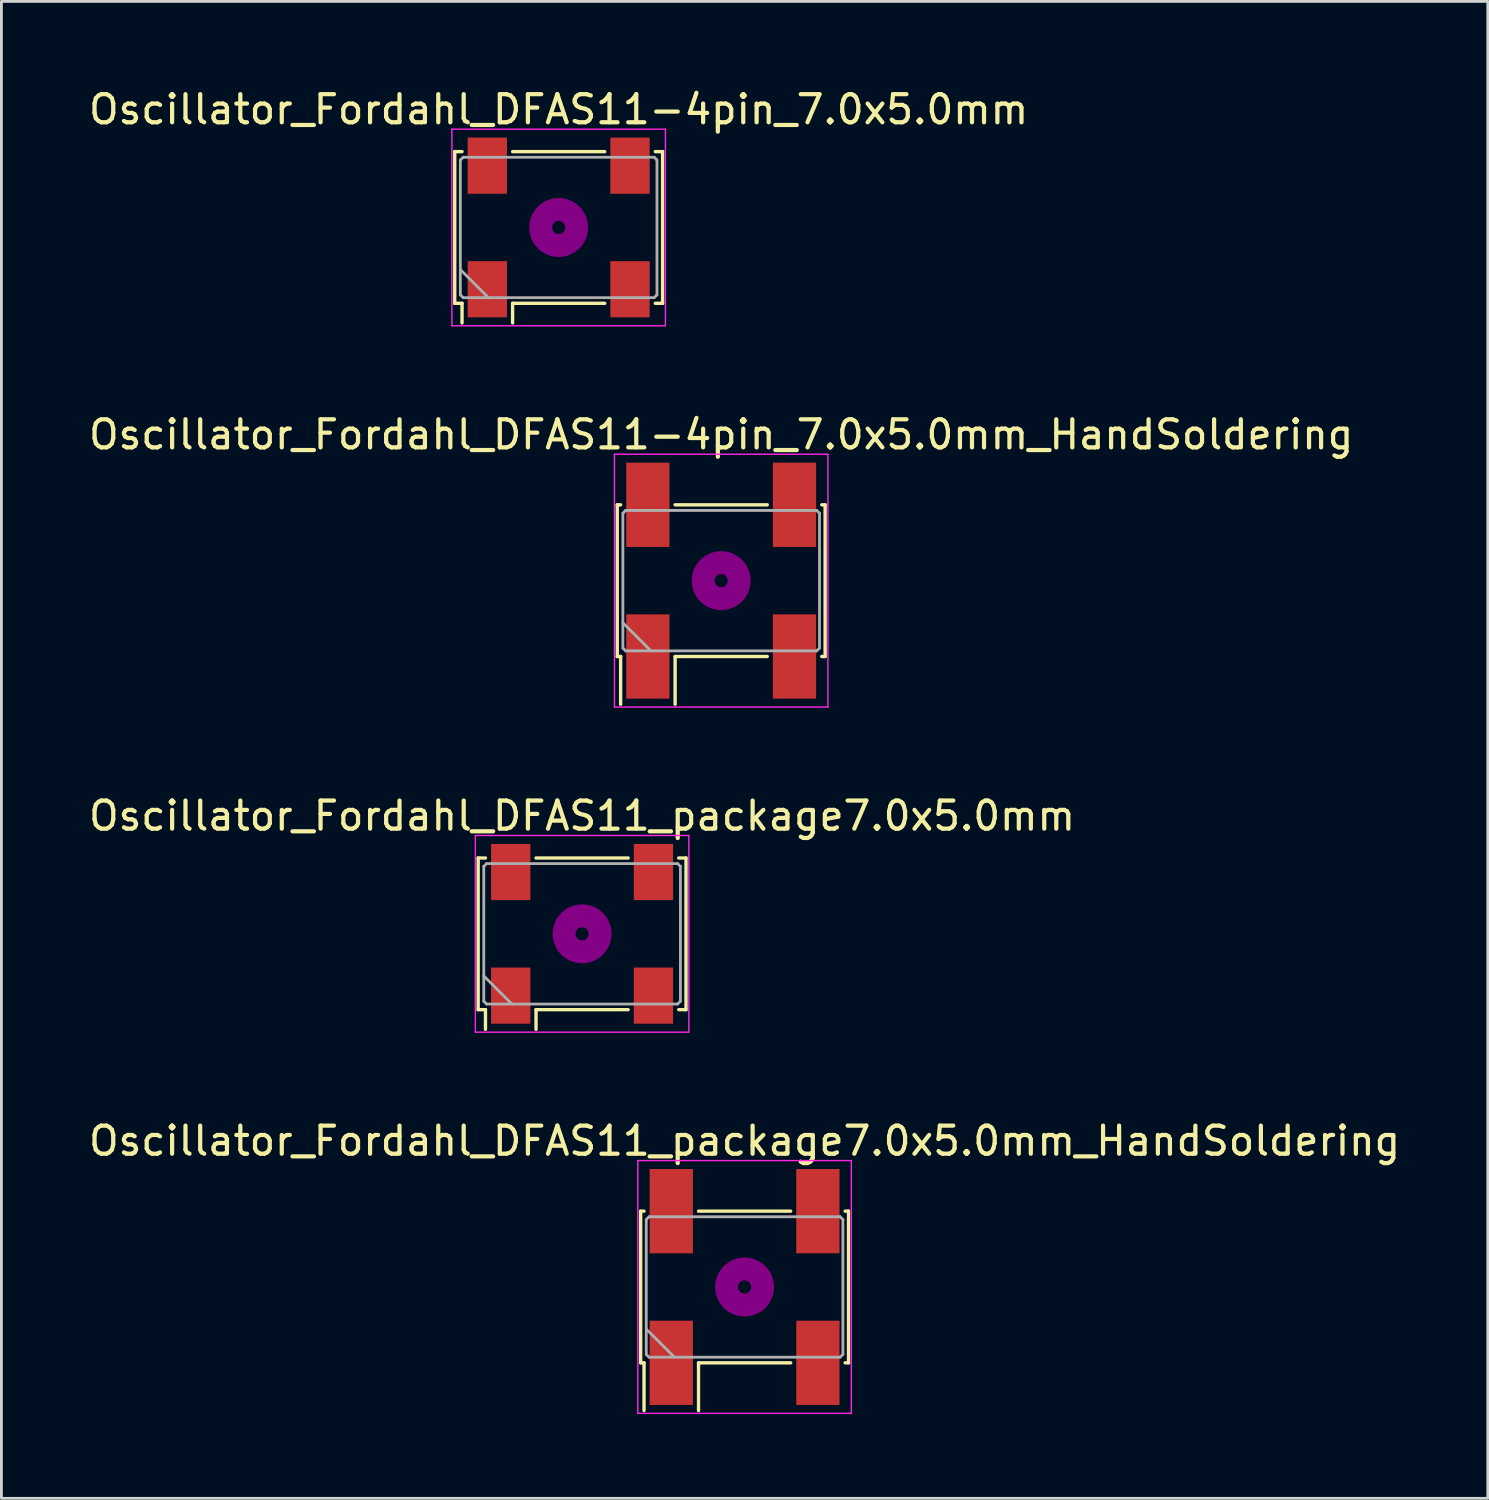
<source format=kicad_pcb>
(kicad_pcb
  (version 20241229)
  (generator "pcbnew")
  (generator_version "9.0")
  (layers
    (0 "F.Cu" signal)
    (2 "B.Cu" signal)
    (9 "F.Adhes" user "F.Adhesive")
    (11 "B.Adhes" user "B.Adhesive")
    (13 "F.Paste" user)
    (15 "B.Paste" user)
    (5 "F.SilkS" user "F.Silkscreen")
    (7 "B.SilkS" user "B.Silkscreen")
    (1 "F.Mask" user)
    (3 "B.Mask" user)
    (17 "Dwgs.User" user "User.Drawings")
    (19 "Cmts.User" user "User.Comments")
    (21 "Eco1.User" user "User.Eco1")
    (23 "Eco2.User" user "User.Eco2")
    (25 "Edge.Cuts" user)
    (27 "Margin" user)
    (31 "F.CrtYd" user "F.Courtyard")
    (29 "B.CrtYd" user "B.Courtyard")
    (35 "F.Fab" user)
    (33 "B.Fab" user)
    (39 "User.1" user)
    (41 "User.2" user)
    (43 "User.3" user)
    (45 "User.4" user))
  (footprint "Oscillator_Fordahl_DFAS11_package7.0x5.0mm"
    (layer "F.Cu")
    (at 17.673 30.195)
    (property "Reference" "Oscillator_Fordahl_DFAS11_package7.0x5.0mm" (at 0 -4.2 0) (layer "F.SilkS") (effects (font (size 1 1) (thickness 0.15))))
    (attr smd)
    (fp_line (start -3.7 -2.7) (end -3.44 -2.7) (stroke (width 0.12) (type solid)) (layer "F.SilkS"))
    (fp_line (start -3.7 2.7) (end -3.7 -2.7) (stroke (width 0.12) (type solid)) (layer "F.SilkS"))
    (fp_line (start -3.44 2.7) (end -3.7 2.7) (stroke (width 0.12) (type solid)) (layer "F.SilkS"))
    (fp_line (start -3.44 3.4) (end -3.44 2.7) (stroke (width 0.12) (type solid)) (layer "F.SilkS"))
    (fp_line (start -1.64 -2.7) (end 1.64 -2.7) (stroke (width 0.12) (type solid)) (layer "F.SilkS"))
    (fp_line (start -1.64 2.7) (end -1.64 3.4) (stroke (width 0.12) (type solid)) (layer "F.SilkS"))
    (fp_line (start 1.64 2.7) (end -1.64 2.7) (stroke (width 0.12) (type solid)) (layer "F.SilkS"))
    (fp_line (start 3.44 -2.7) (end 3.7 -2.7) (stroke (width 0.12) (type solid)) (layer "F.SilkS"))
    (fp_line (start 3.7 -2.7) (end 3.7 2.7) (stroke (width 0.12) (type solid)) (layer "F.SilkS"))
    (fp_line (start 3.7 2.7) (end 3.44 2.7) (stroke (width 0.12) (type solid)) (layer "F.SilkS"))
    (fp_circle (center 0 0) (end 0.233 0) (stroke (width 0.467) (type solid)) (fill no) (layer "F.Adhes"))
    (fp_circle (center 0 0) (end 0.533 0) (stroke (width 0.333) (type solid)) (fill no) (layer "F.Adhes"))
    (fp_circle (center 0 0) (end 0.833 0) (stroke (width 0.333) (type solid)) (fill no) (layer "F.Adhes"))
    (fp_circle (center 0 0) (end 1 0) (stroke (width 0.1) (type solid)) (fill no) (layer "F.Adhes"))
    (fp_line (start -3.8 -3.5) (end -3.8 3.5) (stroke (width 0.05) (type solid)) (layer "F.CrtYd"))
    (fp_line (start -3.8 3.5) (end 3.8 3.5) (stroke (width 0.05) (type solid)) (layer "F.CrtYd"))
    (fp_line (start 3.8 -3.5) (end -3.8 -3.5) (stroke (width 0.05) (type solid)) (layer "F.CrtYd"))
    (fp_line (start 3.8 3.5) (end 3.8 -3.5) (stroke (width 0.05) (type solid)) (layer "F.CrtYd"))
    (fp_line (start -3.5 -2.4) (end -3.4 -2.5) (stroke (width 0.1) (type solid)) (layer "F.Fab"))
    (fp_line (start -3.5 1.5) (end -2.5 2.5) (stroke (width 0.1) (type solid)) (layer "F.Fab"))
    (fp_line (start -3.5 2.4) (end -3.5 -2.4) (stroke (width 0.1) (type solid)) (layer "F.Fab"))
    (fp_line (start -3.4 -2.5) (end 3.4 -2.5) (stroke (width 0.1) (type solid)) (layer "F.Fab"))
    (fp_line (start -3.4 2.5) (end -3.5 2.4) (stroke (width 0.1) (type solid)) (layer "F.Fab"))
    (fp_line (start 3.4 -2.5) (end 3.5 -2.4) (stroke (width 0.1) (type solid)) (layer "F.Fab"))
    (fp_line (start 3.4 2.5) (end -3.4 2.5) (stroke (width 0.1) (type solid)) (layer "F.Fab"))
    (fp_line (start 3.5 -2.4) (end 3.5 2.4) (stroke (width 0.1) (type solid)) (layer "F.Fab"))
    (fp_line (start 3.5 2.4) (end 3.4 2.5) (stroke (width 0.1) (type solid)) (layer "F.Fab"))
    (pad "1" smd rect (at -2.54 2.2) (size 1.4 2) (layers "F.Cu" "F.Mask"))
    (pad "2" smd rect (at 2.54 2.2) (size 1.4 2) (layers "F.Cu" "F.Mask"))
    (pad "3" smd rect (at 2.54 -2.2) (size 1.4 2) (layers "F.Cu" "F.Mask"))
    (pad "4" smd rect (at -2.54 -2.2) (size 1.4 2) (layers "F.Cu" "F.Mask")))
  (footprint "Oscillator_Fordahl_DFAS11-4pin_7.0x5.0mm"
    (layer "F.Cu")
    (at 16.839 5.048)
    (property "Reference" "Oscillator_Fordahl_DFAS11-4pin_7.0x5.0mm" (at 0 -4.2 0) (layer "F.SilkS") (effects (font (size 1 1) (thickness 0.15))))
    (attr smd)
    (fp_line (start -3.7 -2.7) (end -3.44 -2.7) (stroke (width 0.12) (type solid)) (layer "F.SilkS"))
    (fp_line (start -3.7 2.7) (end -3.7 -2.7) (stroke (width 0.12) (type solid)) (layer "F.SilkS"))
    (fp_line (start -3.44 2.7) (end -3.7 2.7) (stroke (width 0.12) (type solid)) (layer "F.SilkS"))
    (fp_line (start -3.44 3.4) (end -3.44 2.7) (stroke (width 0.12) (type solid)) (layer "F.SilkS"))
    (fp_line (start -1.64 -2.7) (end 1.64 -2.7) (stroke (width 0.12) (type solid)) (layer "F.SilkS"))
    (fp_line (start -1.64 2.7) (end -1.64 3.4) (stroke (width 0.12) (type solid)) (layer "F.SilkS"))
    (fp_line (start 1.64 2.7) (end -1.64 2.7) (stroke (width 0.12) (type solid)) (layer "F.SilkS"))
    (fp_line (start 3.44 -2.7) (end 3.7 -2.7) (stroke (width 0.12) (type solid)) (layer "F.SilkS"))
    (fp_line (start 3.7 -2.7) (end 3.7 2.7) (stroke (width 0.12) (type solid)) (layer "F.SilkS"))
    (fp_line (start 3.7 2.7) (end 3.44 2.7) (stroke (width 0.12) (type solid)) (layer "F.SilkS"))
    (fp_circle (center 0 0) (end 0.233 0) (stroke (width 0.467) (type solid)) (fill no) (layer "F.Adhes"))
    (fp_circle (center 0 0) (end 0.533 0) (stroke (width 0.333) (type solid)) (fill no) (layer "F.Adhes"))
    (fp_circle (center 0 0) (end 0.833 0) (stroke (width 0.333) (type solid)) (fill no) (layer "F.Adhes"))
    (fp_circle (center 0 0) (end 1 0) (stroke (width 0.1) (type solid)) (fill no) (layer "F.Adhes"))
    (fp_line (start -3.8 -3.5) (end -3.8 3.5) (stroke (width 0.05) (type solid)) (layer "F.CrtYd"))
    (fp_line (start -3.8 3.5) (end 3.8 3.5) (stroke (width 0.05) (type solid)) (layer "F.CrtYd"))
    (fp_line (start 3.8 -3.5) (end -3.8 -3.5) (stroke (width 0.05) (type solid)) (layer "F.CrtYd"))
    (fp_line (start 3.8 3.5) (end 3.8 -3.5) (stroke (width 0.05) (type solid)) (layer "F.CrtYd"))
    (fp_line (start -3.5 -2.4) (end -3.4 -2.5) (stroke (width 0.1) (type solid)) (layer "F.Fab"))
    (fp_line (start -3.5 1.5) (end -2.5 2.5) (stroke (width 0.1) (type solid)) (layer "F.Fab"))
    (fp_line (start -3.5 2.4) (end -3.5 -2.4) (stroke (width 0.1) (type solid)) (layer "F.Fab"))
    (fp_line (start -3.4 -2.5) (end 3.4 -2.5) (stroke (width 0.1) (type solid)) (layer "F.Fab"))
    (fp_line (start -3.4 2.5) (end -3.5 2.4) (stroke (width 0.1) (type solid)) (layer "F.Fab"))
    (fp_line (start 3.4 -2.5) (end 3.5 -2.4) (stroke (width 0.1) (type solid)) (layer "F.Fab"))
    (fp_line (start 3.4 2.5) (end -3.4 2.5) (stroke (width 0.1) (type solid)) (layer "F.Fab"))
    (fp_line (start 3.5 -2.4) (end 3.5 2.4) (stroke (width 0.1) (type solid)) (layer "F.Fab"))
    (fp_line (start 3.5 2.4) (end 3.4 2.5) (stroke (width 0.1) (type solid)) (layer "F.Fab"))
    (pad "1" smd rect (at -2.54 2.2) (size 1.4 2) (layers "F.Cu" "F.Mask"))
    (pad "2" smd rect (at 2.54 2.2) (size 1.4 2) (layers "F.Cu" "F.Mask"))
    (pad "3" smd rect (at 2.54 -2.2) (size 1.4 2) (layers "F.Cu" "F.Mask"))
    (pad "4" smd rect (at -2.54 -2.2) (size 1.4 2) (layers "F.Cu" "F.Mask")))
  (footprint "Oscillator_Fordahl_DFAS11-4pin_7.0x5.0mm_HandSoldering"
    (layer "F.Cu")
    (at 22.625 17.622)
    (property "Reference" "Oscillator_Fordahl_DFAS11-4pin_7.0x5.0mm_HandSoldering" (at 0 -5.2 0) (layer "F.SilkS") (effects (font (size 1 1) (thickness 0.15))))
    (attr smd)
    (fp_line (start -3.7 -2.7) (end -3.58 -2.7) (stroke (width 0.12) (type solid)) (layer "F.SilkS"))
    (fp_line (start -3.7 2.7) (end -3.7 -2.7) (stroke (width 0.12) (type solid)) (layer "F.SilkS"))
    (fp_line (start -3.58 2.7) (end -3.7 2.7) (stroke (width 0.12) (type solid)) (layer "F.SilkS"))
    (fp_line (start -3.58 4.4) (end -3.58 2.7) (stroke (width 0.12) (type solid)) (layer "F.SilkS"))
    (fp_line (start -1.64 -2.7) (end 1.64 -2.7) (stroke (width 0.12) (type solid)) (layer "F.SilkS"))
    (fp_line (start -1.64 2.7) (end -1.64 4.4) (stroke (width 0.12) (type solid)) (layer "F.SilkS"))
    (fp_line (start 1.64 2.7) (end -1.64 2.7) (stroke (width 0.12) (type solid)) (layer "F.SilkS"))
    (fp_line (start 3.58 -2.7) (end 3.7 -2.7) (stroke (width 0.12) (type solid)) (layer "F.SilkS"))
    (fp_line (start 3.7 -2.7) (end 3.7 2.7) (stroke (width 0.12) (type solid)) (layer "F.SilkS"))
    (fp_line (start 3.7 2.7) (end 3.58 2.7) (stroke (width 0.12) (type solid)) (layer "F.SilkS"))
    (fp_circle (center 0 0) (end 0.233 0) (stroke (width 0.467) (type solid)) (fill no) (layer "F.Adhes"))
    (fp_circle (center 0 0) (end 0.533 0) (stroke (width 0.333) (type solid)) (fill no) (layer "F.Adhes"))
    (fp_circle (center 0 0) (end 0.833 0) (stroke (width 0.333) (type solid)) (fill no) (layer "F.Adhes"))
    (fp_circle (center 0 0) (end 1 0) (stroke (width 0.1) (type solid)) (fill no) (layer "F.Adhes"))
    (fp_line (start -3.8 -4.5) (end -3.8 4.5) (stroke (width 0.05) (type solid)) (layer "F.CrtYd"))
    (fp_line (start -3.8 4.5) (end 3.8 4.5) (stroke (width 0.05) (type solid)) (layer "F.CrtYd"))
    (fp_line (start 3.8 -4.5) (end -3.8 -4.5) (stroke (width 0.05) (type solid)) (layer "F.CrtYd"))
    (fp_line (start 3.8 4.5) (end 3.8 -4.5) (stroke (width 0.05) (type solid)) (layer "F.CrtYd"))
    (fp_line (start -3.5 -2.4) (end -3.4 -2.5) (stroke (width 0.1) (type solid)) (layer "F.Fab"))
    (fp_line (start -3.5 1.5) (end -2.5 2.5) (stroke (width 0.1) (type solid)) (layer "F.Fab"))
    (fp_line (start -3.5 2.4) (end -3.5 -2.4) (stroke (width 0.1) (type solid)) (layer "F.Fab"))
    (fp_line (start -3.4 -2.5) (end 3.4 -2.5) (stroke (width 0.1) (type solid)) (layer "F.Fab"))
    (fp_line (start -3.4 2.5) (end -3.5 2.4) (stroke (width 0.1) (type solid)) (layer "F.Fab"))
    (fp_line (start 3.4 -2.5) (end 3.5 -2.4) (stroke (width 0.1) (type solid)) (layer "F.Fab"))
    (fp_line (start 3.4 2.5) (end -3.4 2.5) (stroke (width 0.1) (type solid)) (layer "F.Fab"))
    (fp_line (start 3.5 -2.4) (end 3.5 2.4) (stroke (width 0.1) (type solid)) (layer "F.Fab"))
    (fp_line (start 3.5 2.4) (end 3.4 2.5) (stroke (width 0.1) (type solid)) (layer "F.Fab"))
    (pad "1" smd rect (at -2.61 2.7) (size 1.54 3) (layers "F.Cu" "F.Mask"))
    (pad "2" smd rect (at 2.61 2.7) (size 1.54 3) (layers "F.Cu" "F.Mask"))
    (pad "3" smd rect (at 2.61 -2.7) (size 1.54 3) (layers "F.Cu" "F.Mask"))
    (pad "4" smd rect (at -2.61 -2.7) (size 1.54 3) (layers "F.Cu" "F.Mask")))
  (footprint "Oscillator_Fordahl_DFAS11_package7.0x5.0mm_HandSoldering"
    (layer "F.Cu")
    (at 23.458 42.768)
    (property "Reference" "Oscillator_Fordahl_DFAS11_package7.0x5.0mm_HandSoldering" (at 0 -5.2 0) (layer "F.SilkS") (effects (font (size 1 1) (thickness 0.15))))
    (attr smd)
    (fp_line (start -3.7 -2.7) (end -3.58 -2.7) (stroke (width 0.12) (type solid)) (layer "F.SilkS"))
    (fp_line (start -3.7 2.7) (end -3.7 -2.7) (stroke (width 0.12) (type solid)) (layer "F.SilkS"))
    (fp_line (start -3.58 2.7) (end -3.7 2.7) (stroke (width 0.12) (type solid)) (layer "F.SilkS"))
    (fp_line (start -3.58 4.4) (end -3.58 2.7) (stroke (width 0.12) (type solid)) (layer "F.SilkS"))
    (fp_line (start -1.64 -2.7) (end 1.64 -2.7) (stroke (width 0.12) (type solid)) (layer "F.SilkS"))
    (fp_line (start -1.64 2.7) (end -1.64 4.4) (stroke (width 0.12) (type solid)) (layer "F.SilkS"))
    (fp_line (start 1.64 2.7) (end -1.64 2.7) (stroke (width 0.12) (type solid)) (layer "F.SilkS"))
    (fp_line (start 3.58 -2.7) (end 3.7 -2.7) (stroke (width 0.12) (type solid)) (layer "F.SilkS"))
    (fp_line (start 3.7 -2.7) (end 3.7 2.7) (stroke (width 0.12) (type solid)) (layer "F.SilkS"))
    (fp_line (start 3.7 2.7) (end 3.58 2.7) (stroke (width 0.12) (type solid)) (layer "F.SilkS"))
    (fp_circle (center 0 0) (end 0.233 0) (stroke (width 0.467) (type solid)) (fill no) (layer "F.Adhes"))
    (fp_circle (center 0 0) (end 0.533 0) (stroke (width 0.333) (type solid)) (fill no) (layer "F.Adhes"))
    (fp_circle (center 0 0) (end 0.833 0) (stroke (width 0.333) (type solid)) (fill no) (layer "F.Adhes"))
    (fp_circle (center 0 0) (end 1 0) (stroke (width 0.1) (type solid)) (fill no) (layer "F.Adhes"))
    (fp_line (start -3.8 -4.5) (end -3.8 4.5) (stroke (width 0.05) (type solid)) (layer "F.CrtYd"))
    (fp_line (start -3.8 4.5) (end 3.8 4.5) (stroke (width 0.05) (type solid)) (layer "F.CrtYd"))
    (fp_line (start 3.8 -4.5) (end -3.8 -4.5) (stroke (width 0.05) (type solid)) (layer "F.CrtYd"))
    (fp_line (start 3.8 4.5) (end 3.8 -4.5) (stroke (width 0.05) (type solid)) (layer "F.CrtYd"))
    (fp_line (start -3.5 -2.4) (end -3.4 -2.5) (stroke (width 0.1) (type solid)) (layer "F.Fab"))
    (fp_line (start -3.5 1.5) (end -2.5 2.5) (stroke (width 0.1) (type solid)) (layer "F.Fab"))
    (fp_line (start -3.5 2.4) (end -3.5 -2.4) (stroke (width 0.1) (type solid)) (layer "F.Fab"))
    (fp_line (start -3.4 -2.5) (end 3.4 -2.5) (stroke (width 0.1) (type solid)) (layer "F.Fab"))
    (fp_line (start -3.4 2.5) (end -3.5 2.4) (stroke (width 0.1) (type solid)) (layer "F.Fab"))
    (fp_line (start 3.4 -2.5) (end 3.5 -2.4) (stroke (width 0.1) (type solid)) (layer "F.Fab"))
    (fp_line (start 3.4 2.5) (end -3.4 2.5) (stroke (width 0.1) (type solid)) (layer "F.Fab"))
    (fp_line (start 3.5 -2.4) (end 3.5 2.4) (stroke (width 0.1) (type solid)) (layer "F.Fab"))
    (fp_line (start 3.5 2.4) (end 3.4 2.5) (stroke (width 0.1) (type solid)) (layer "F.Fab"))
    (pad "1" smd rect (at -2.61 2.7) (size 1.54 3) (layers "F.Cu" "F.Mask"))
    (pad "2" smd rect (at 2.61 2.7) (size 1.54 3) (layers "F.Cu" "F.Mask"))
    (pad "3" smd rect (at 2.61 -2.7) (size 1.54 3) (layers "F.Cu" "F.Mask"))
    (pad "4" smd rect (at -2.61 -2.7) (size 1.54 3) (layers "F.Cu" "F.Mask")))
  (gr_rect
    (start -3 -3)
    (end 49.917 50.293)
    (stroke (width 0.1) (type default))
    (fill no)
    (layer "Edge.Cuts")))
</source>
